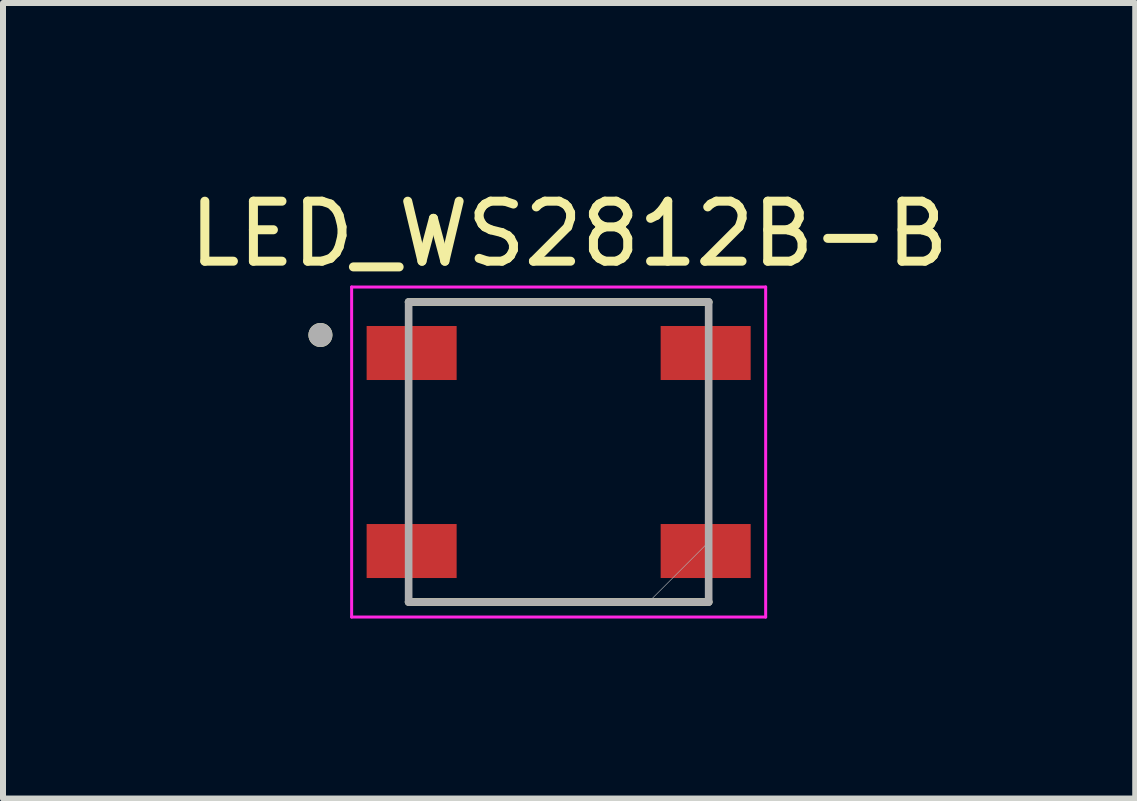
<source format=kicad_pcb>
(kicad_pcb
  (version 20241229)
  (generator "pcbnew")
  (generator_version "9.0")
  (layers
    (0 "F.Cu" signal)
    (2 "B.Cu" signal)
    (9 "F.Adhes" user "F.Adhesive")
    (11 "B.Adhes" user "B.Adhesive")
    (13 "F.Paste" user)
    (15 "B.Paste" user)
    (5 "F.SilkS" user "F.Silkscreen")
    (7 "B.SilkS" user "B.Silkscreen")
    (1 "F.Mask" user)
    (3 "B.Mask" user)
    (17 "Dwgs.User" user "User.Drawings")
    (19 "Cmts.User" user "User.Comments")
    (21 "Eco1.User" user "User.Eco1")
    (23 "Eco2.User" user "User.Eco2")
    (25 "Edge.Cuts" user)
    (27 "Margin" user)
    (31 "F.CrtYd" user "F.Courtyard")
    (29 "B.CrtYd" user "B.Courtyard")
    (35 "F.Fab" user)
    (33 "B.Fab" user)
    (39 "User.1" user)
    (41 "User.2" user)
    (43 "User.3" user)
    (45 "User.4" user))
  (footprint "LED_WS2812B-B"
    (layer "F.Cu")
    (at 6.26 4.483)
    (property "Reference" "LED_WS2812B-B" (at 0.175 -3.635 0) (layer "F.SilkS") (effects (font (size 1 1) (thickness 0.15))))
    (attr smd)
    (fp_line (start 2.5 -2.5) (end -2.5 -2.5) (stroke (width 0.127) (type solid)) (layer "F.SilkS"))
    (fp_line (start 2.5 2.5) (end -2.5 2.5) (stroke (width 0.127) (type solid)) (layer "F.SilkS"))
    (fp_circle (center -3.97 -1.95) (end -3.87 -1.95) (stroke (width 0.2) (type solid)) (fill no) (layer "F.SilkS"))
    (fp_line (start -3.45 -2.75) (end 3.45 -2.75) (stroke (width 0.05) (type solid)) (layer "F.CrtYd"))
    (fp_line (start -3.45 2.75) (end -3.45 -2.75) (stroke (width 0.05) (type solid)) (layer "F.CrtYd"))
    (fp_line (start 3.45 -2.75) (end 3.45 2.75) (stroke (width 0.05) (type solid)) (layer "F.CrtYd"))
    (fp_line (start 3.45 2.75) (end -3.45 2.75) (stroke (width 0.05) (type solid)) (layer "F.CrtYd"))
    (fp_line (start -2.5 -2.5) (end 2.5 -2.5) (stroke (width 0.127) (type solid)) (layer "F.Fab"))
    (fp_line (start -2.5 2.5) (end -2.5 -2.5) (stroke (width 0.127) (type solid)) (layer "F.Fab"))
    (fp_line (start 2.5 -2.5) (end 2.5 2.5) (stroke (width 0.127) (type solid)) (layer "F.Fab"))
    (fp_line (start 2.5 2.5) (end -2.5 2.5) (stroke (width 0.127) (type solid)) (layer "F.Fab"))
    (fp_circle (center -3.97 -1.95) (end -3.87 -1.95) (stroke (width 0.2) (type solid)) (fill no) (layer "F.Fab"))
    (fp_poly (pts (xy 2.5 2.5) (xy 1.5 2.5) (xy 2.5 1.5)) (stroke (width 0.01) (type solid)) (fill no) (layer "F.Fab"))
    (pad "1" smd rect (at -2.45 -1.65) (size 1.5 0.9) (layers "F.Cu" "F.Mask" "F.Paste"))
    (pad "2" smd rect (at -2.45 1.65) (size 1.5 0.9) (layers "F.Cu" "F.Mask" "F.Paste"))
    (pad "3" smd rect (at 2.45 1.65) (size 1.5 0.9) (layers "F.Cu" "F.Mask" "F.Paste"))
    (pad "4" smd rect (at 2.45 -1.65) (size 1.5 0.9) (layers "F.Cu" "F.Mask" "F.Paste")))
  (gr_rect
    (start -3 -3)
    (end 15.869 10.258)
    (stroke (width 0.1) (type default))
    (fill no)
    (layer "Edge.Cuts")))
</source>
